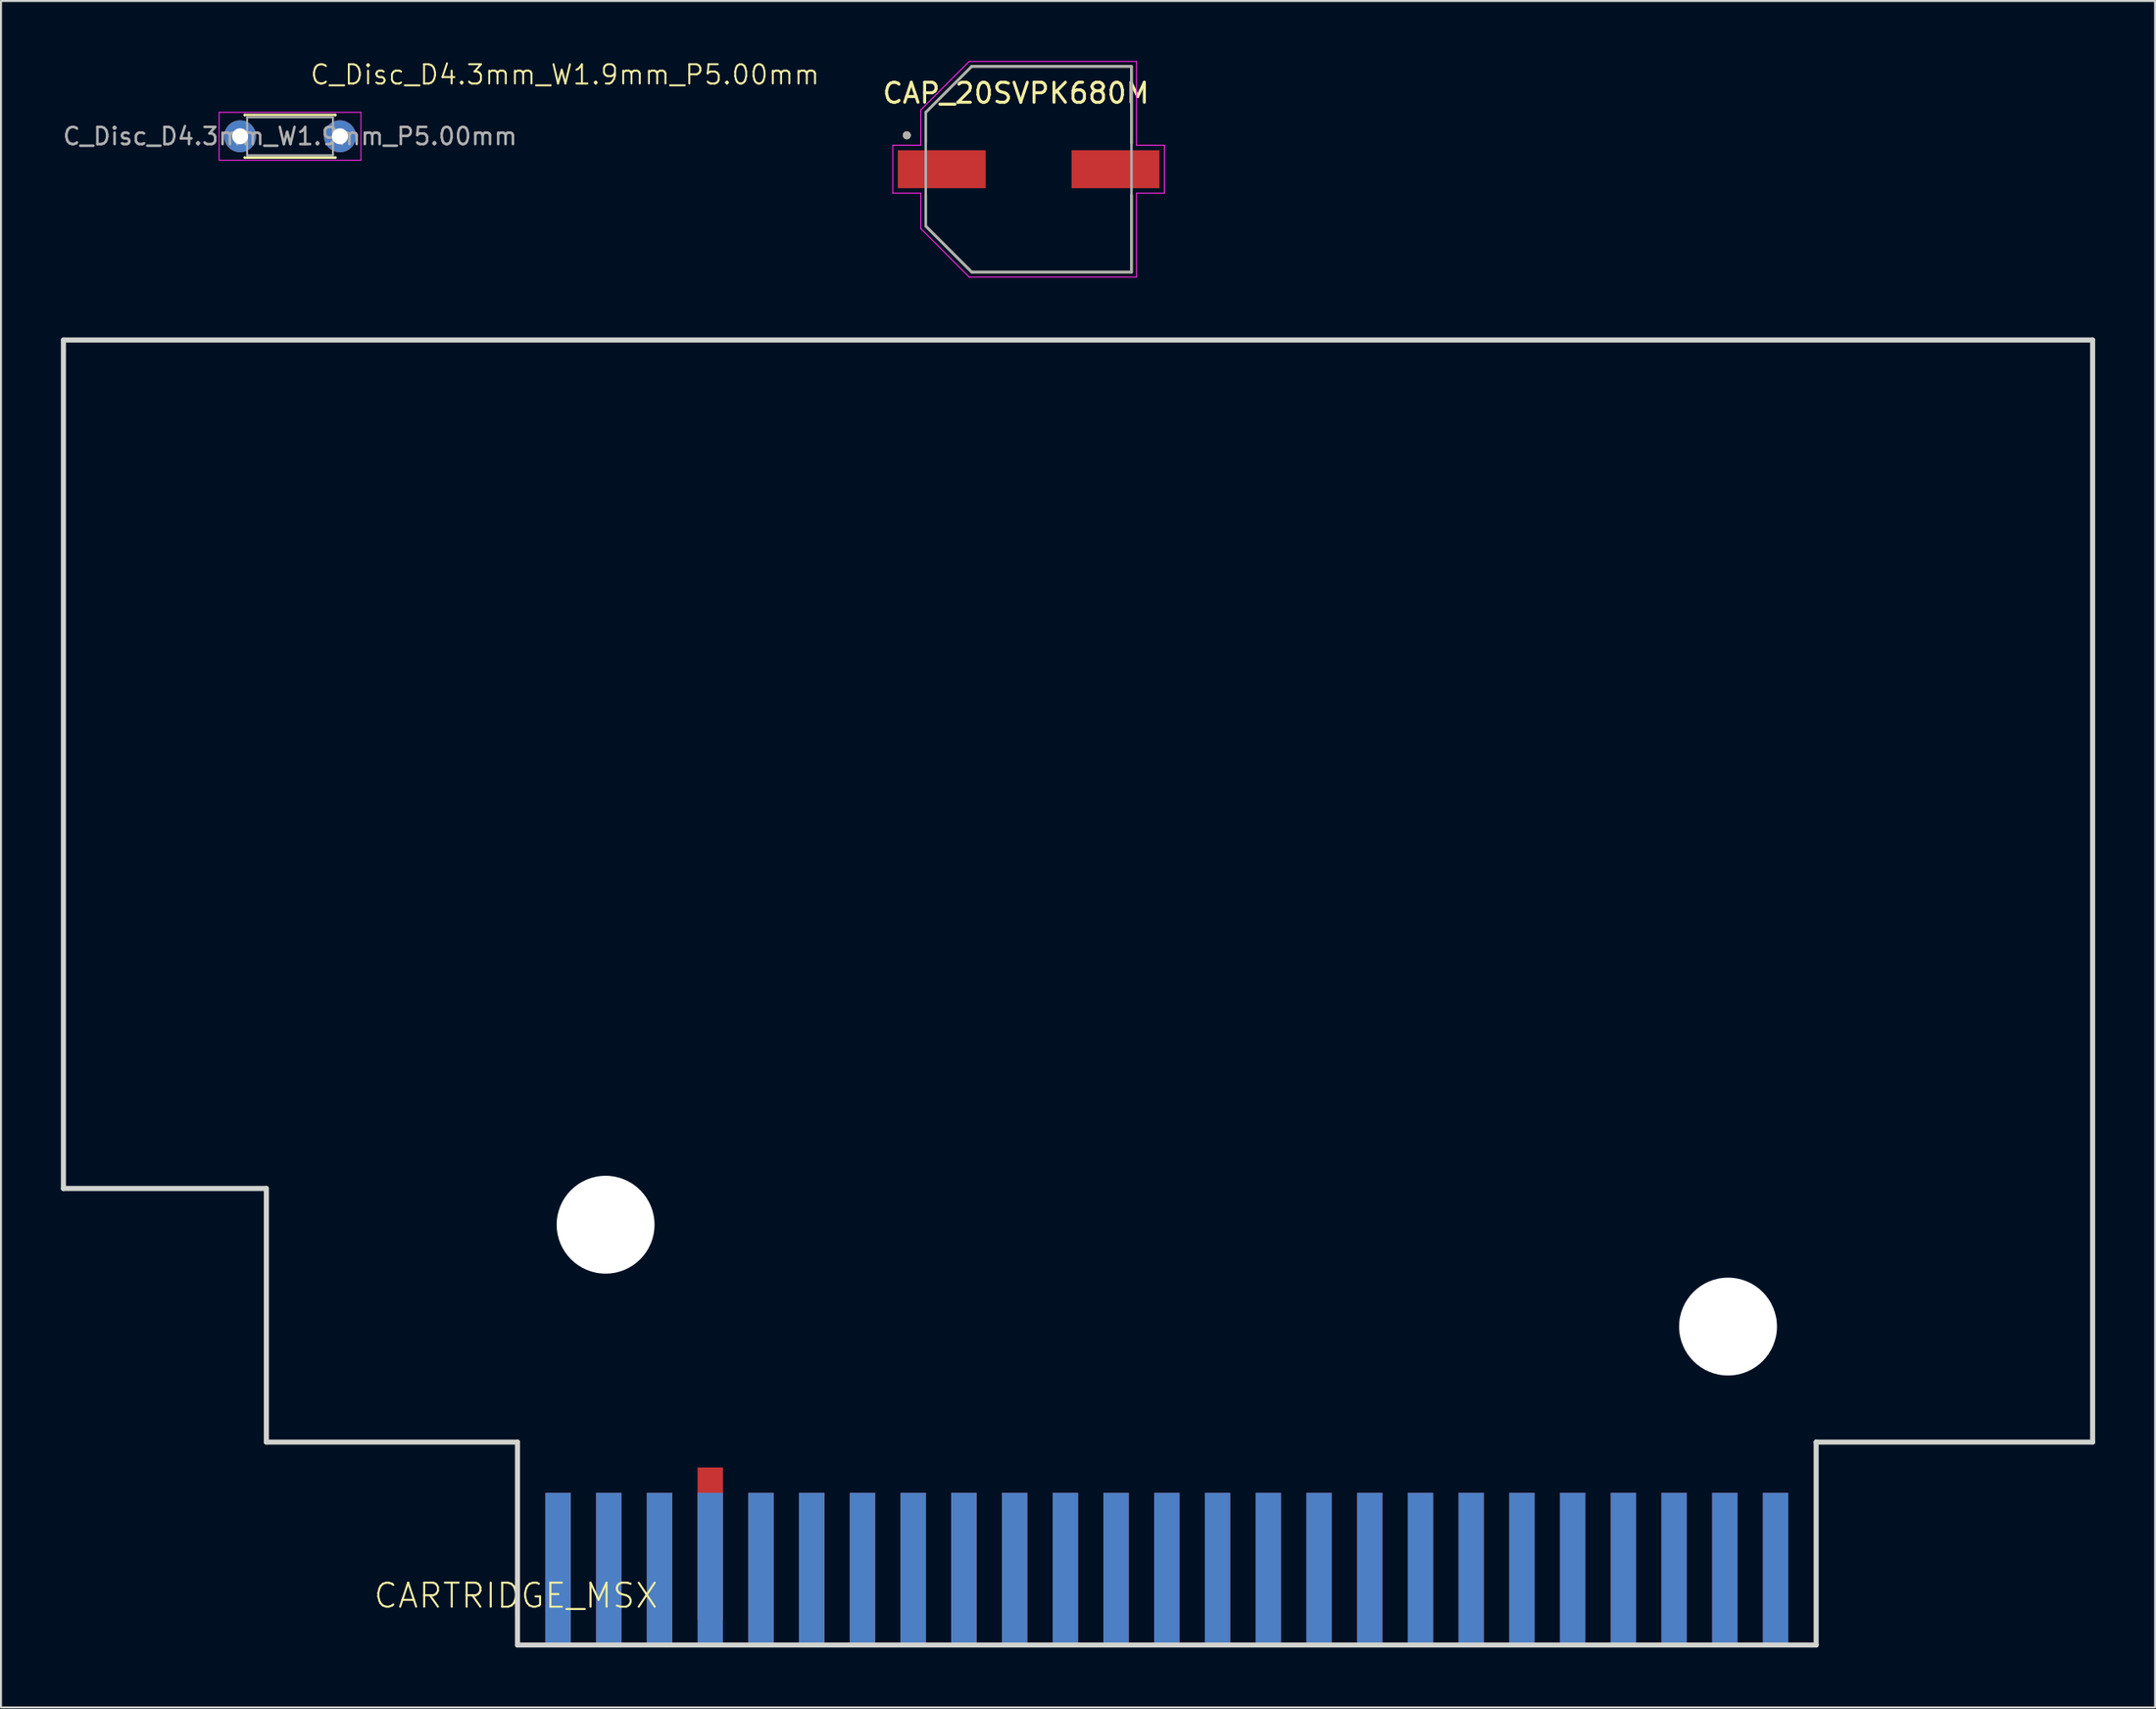
<source format=kicad_pcb>
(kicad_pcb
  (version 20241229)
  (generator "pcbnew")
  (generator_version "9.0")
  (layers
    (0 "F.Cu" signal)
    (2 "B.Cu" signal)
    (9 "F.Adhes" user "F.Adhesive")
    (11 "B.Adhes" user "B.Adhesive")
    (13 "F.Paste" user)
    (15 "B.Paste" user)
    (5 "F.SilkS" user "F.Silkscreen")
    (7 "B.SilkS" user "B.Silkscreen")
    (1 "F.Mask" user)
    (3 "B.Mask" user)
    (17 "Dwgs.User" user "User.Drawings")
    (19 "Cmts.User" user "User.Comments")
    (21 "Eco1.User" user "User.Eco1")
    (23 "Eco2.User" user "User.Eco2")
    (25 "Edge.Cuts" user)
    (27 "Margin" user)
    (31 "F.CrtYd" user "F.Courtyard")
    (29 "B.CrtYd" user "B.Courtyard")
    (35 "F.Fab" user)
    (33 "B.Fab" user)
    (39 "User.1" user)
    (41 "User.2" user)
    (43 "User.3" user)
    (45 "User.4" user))
  (footprint "C_Disc_D4.3mm_W1.9mm_P5.00mm"
    (layer "F.Cu")
    (at 8.972 3.774)
    (property "Reference" "C_Disc_D4.3mm_W1.9mm_P5.00mm" (at 3.449 -2.52 180) (layer "F.SilkS") (effects (font (size 0.965 0.965) (thickness 0.097)) (justify left bottom)))
    (attr through_hole)
    (fp_line (start 0.23 -1.07) (end 0.23 -1.055) (stroke (width 0.12) (type solid)) (layer "F.SilkS"))
    (fp_line (start 0.23 -1.07) (end 4.77 -1.07) (stroke (width 0.12) (type solid)) (layer "F.SilkS"))
    (fp_line (start 0.23 1.055) (end 0.23 1.07) (stroke (width 0.12) (type solid)) (layer "F.SilkS"))
    (fp_line (start 0.23 1.07) (end 4.77 1.07) (stroke (width 0.12) (type solid)) (layer "F.SilkS"))
    (fp_line (start 4.77 -1.07) (end 4.77 -1.055) (stroke (width 0.12) (type solid)) (layer "F.SilkS"))
    (fp_line (start 4.77 1.055) (end 4.77 1.07) (stroke (width 0.12) (type solid)) (layer "F.SilkS"))
    (fp_line (start -1.05 -1.2) (end -1.05 1.2) (stroke (width 0.05) (type solid)) (layer "F.CrtYd"))
    (fp_line (start -1.05 1.2) (end 6.05 1.2) (stroke (width 0.05) (type solid)) (layer "F.CrtYd"))
    (fp_line (start 6.05 -1.2) (end -1.05 -1.2) (stroke (width 0.05) (type solid)) (layer "F.CrtYd"))
    (fp_line (start 6.05 1.2) (end 6.05 -1.2) (stroke (width 0.05) (type solid)) (layer "F.CrtYd"))
    (fp_line (start 0.35 -0.95) (end 0.35 0.95) (stroke (width 0.1) (type solid)) (layer "F.Fab"))
    (fp_line (start 0.35 0.95) (end 4.65 0.95) (stroke (width 0.1) (type solid)) (layer "F.Fab"))
    (fp_line (start 4.65 -0.95) (end 0.35 -0.95) (stroke (width 0.1) (type solid)) (layer "F.Fab"))
    (fp_line (start 4.65 0.95) (end 4.65 -0.95) (stroke (width 0.1) (type solid)) (layer "F.Fab"))
    (fp_text user "${REFERENCE}" (at 2.5 0 180) (layer "F.Fab") (effects (font (size 0.86 0.86) (thickness 0.129))))
    (pad "1" thru_hole circle (at 0 0) (size 1.6 1.6) (drill 0.8) (layers "*.Cu" "*.Mask"))
    (pad "2" thru_hole circle (at 5 0) (size 1.6 1.6) (drill 0.8) (layers "*.Cu" "*.Mask")))
  (footprint "CAP_20SVPK680M"
    (layer "F.Cu")
    (at 48.453 5.425)
    (property "Reference" "CAP_20SVPK680M" (at -0.635 -3.81 0) (layer "F.SilkS") (effects (font (size 1 1) (thickness 0.15))))
    (attr smd)
    (fp_line (start -5.15 -2.85) (end -2.85 -5.15) (stroke (width 0.127) (type solid)) (layer "F.SilkS"))
    (fp_line (start -5.15 -1.3) (end -5.15 -2.85) (stroke (width 0.127) (type solid)) (layer "F.SilkS"))
    (fp_line (start -5.15 2.85) (end -5.15 1.3) (stroke (width 0.127) (type solid)) (layer "F.SilkS"))
    (fp_line (start -2.85 -5.15) (end 5.15 -5.15) (stroke (width 0.127) (type solid)) (layer "F.SilkS"))
    (fp_line (start -2.85 5.15) (end -5.15 2.85) (stroke (width 0.127) (type solid)) (layer "F.SilkS"))
    (fp_line (start 5.15 -5.15) (end 5.15 -1.3) (stroke (width 0.127) (type solid)) (layer "F.SilkS"))
    (fp_line (start 5.15 1.3) (end 5.15 5.15) (stroke (width 0.127) (type solid)) (layer "F.SilkS"))
    (fp_line (start 5.15 5.15) (end -2.85 5.15) (stroke (width 0.127) (type solid)) (layer "F.SilkS"))
    (fp_circle (center -6.1 -1.7) (end -6 -1.7) (stroke (width 0.2) (type solid)) (fill no) (layer "F.SilkS"))
    (fp_line (start -6.8 -1.2) (end -5.4 -1.2) (stroke (width 0.05) (type solid)) (layer "F.CrtYd"))
    (fp_line (start -6.8 1.2) (end -6.8 -1.2) (stroke (width 0.05) (type solid)) (layer "F.CrtYd"))
    (fp_line (start -5.4 -2.975) (end -2.975 -5.4) (stroke (width 0.05) (type solid)) (layer "F.CrtYd"))
    (fp_line (start -5.4 -1.2) (end -5.4 -2.975) (stroke (width 0.05) (type solid)) (layer "F.CrtYd"))
    (fp_line (start -5.4 1.2) (end -6.8 1.2) (stroke (width 0.05) (type solid)) (layer "F.CrtYd"))
    (fp_line (start -5.4 2.975) (end -5.4 1.2) (stroke (width 0.05) (type solid)) (layer "F.CrtYd"))
    (fp_line (start -2.975 -5.4) (end 5.4 -5.4) (stroke (width 0.05) (type solid)) (layer "F.CrtYd"))
    (fp_line (start -2.975 5.4) (end -5.4 2.975) (stroke (width 0.05) (type solid)) (layer "F.CrtYd"))
    (fp_line (start 5.4 -5.4) (end 5.4 -1.2) (stroke (width 0.05) (type solid)) (layer "F.CrtYd"))
    (fp_line (start 5.4 -1.2) (end 6.8 -1.2) (stroke (width 0.05) (type solid)) (layer "F.CrtYd"))
    (fp_line (start 5.4 1.2) (end 5.4 5.4) (stroke (width 0.05) (type solid)) (layer "F.CrtYd"))
    (fp_line (start 5.4 5.4) (end -2.975 5.4) (stroke (width 0.05) (type solid)) (layer "F.CrtYd"))
    (fp_line (start 6.8 -1.2) (end 6.8 1.2) (stroke (width 0.05) (type solid)) (layer "F.CrtYd"))
    (fp_line (start 6.8 1.2) (end 5.4 1.2) (stroke (width 0.05) (type solid)) (layer "F.CrtYd"))
    (fp_line (start -5.15 -2.85) (end -2.85 -5.15) (stroke (width 0.127) (type solid)) (layer "F.Fab"))
    (fp_line (start -5.15 2.85) (end -5.15 -2.85) (stroke (width 0.127) (type solid)) (layer "F.Fab"))
    (fp_line (start -2.85 -5.15) (end 5.15 -5.15) (stroke (width 0.127) (type solid)) (layer "F.Fab"))
    (fp_line (start -2.85 5.15) (end -5.15 2.85) (stroke (width 0.127) (type solid)) (layer "F.Fab"))
    (fp_line (start 5.15 -5.15) (end 5.15 5.15) (stroke (width 0.127) (type solid)) (layer "F.Fab"))
    (fp_line (start 5.15 5.15) (end -2.85 5.15) (stroke (width 0.127) (type solid)) (layer "F.Fab"))
    (fp_circle (center -6.1 -1.7) (end -6 -1.7) (stroke (width 0.2) (type solid)) (fill no) (layer "F.Fab"))
    (pad "1" smd rect (at -4.35 0) (size 4.4 1.9) (layers "F.Cu" "F.Mask" "F.Paste"))
    (pad "2" smd rect (at 4.35 0) (size 4.4 1.9) (layers "F.Cu" "F.Mask" "F.Paste")))
  (footprint "CARTRIDGE_MSX"
    (layer "F.Cu")
    (at 55.372 74.877)
    (property "Reference" "CARTRIDGE_MSX" (at -25.4 1.27 0) (layer "F.SilkS") (effects (font (size 1.206 1.206) (thickness 0.102)) (justify right top)))
    (attr smd)
    (fp_line (start -55.245 -18.415) (end -55.245 -60.9) (stroke (width 0.254) (type solid)) (layer "Edge.Cuts"))
    (fp_line (start -55.24 -60.9) (end 46.35 -60.9) (stroke (width 0.254) (type solid)) (layer "Edge.Cuts"))
    (fp_line (start -45.085 -18.415) (end -55.245 -18.415) (stroke (width 0.254) (type solid)) (layer "Edge.Cuts"))
    (fp_line (start -45.085 -5.715) (end -45.085 -18.415) (stroke (width 0.254) (type solid)) (layer "Edge.Cuts"))
    (fp_line (start -32.512 -5.715) (end -45.085 -5.715) (stroke (width 0.254) (type solid)) (layer "Edge.Cuts"))
    (fp_line (start -32.512 4.445) (end -32.512 -5.715) (stroke (width 0.254) (type solid)) (layer "Edge.Cuts"))
    (fp_line (start 32.512 -5.715) (end 32.512 4.445) (stroke (width 0.254) (type solid)) (layer "Edge.Cuts"))
    (fp_line (start 32.512 4.445) (end -32.512 4.445) (stroke (width 0.254) (type solid)) (layer "Edge.Cuts"))
    (fp_line (start 46.355 -60.9) (end 46.355 -5.715) (stroke (width 0.254) (type solid)) (layer "Edge.Cuts"))
    (fp_line (start 46.355 -5.715) (end 32.512 -5.715) (stroke (width 0.254) (type solid)) (layer "Edge.Cuts"))
    (pad "" np_thru_hole circle (at -28.1 -16.6) (size 4.9 4.9) (drill 4.9) (layers "*.Cu" "*.Mask"))
    (pad "" np_thru_hole circle (at 28.1 -11.5) (size 4.9 4.9) (drill 4.9) (layers "*.Cu" "*.Mask"))
    (pad "1" smd rect (at 30.48 0.635) (size 1.27 7.62) (layers "B.Cu" "B.Mask" "B.Paste"))
    (pad "2" smd rect (at 30.48 0.635) (size 1.27 7.62) (layers "F.Cu" "F.Mask" "F.Paste"))
    (pad "3" smd rect (at 27.94 0.635) (size 1.27 7.62) (layers "B.Cu" "B.Mask" "B.Paste"))
    (pad "4" smd rect (at 27.94 0.635) (size 1.27 7.62) (layers "F.Cu" "F.Mask" "F.Paste"))
    (pad "5" smd rect (at 25.4 0.635) (size 1.27 7.62) (layers "B.Cu" "B.Mask" "B.Paste"))
    (pad "6" smd rect (at 25.4 0.635) (size 1.27 7.62) (layers "F.Cu" "F.Mask" "F.Paste"))
    (pad "7" smd rect (at 22.86 0.635) (size 1.27 7.62) (layers "B.Cu" "B.Mask" "B.Paste"))
    (pad "8" smd rect (at 22.86 0.635) (size 1.27 7.62) (layers "F.Cu" "F.Mask" "F.Paste"))
    (pad "9" smd rect (at 20.32 0.635) (size 1.27 7.62) (layers "B.Cu" "B.Mask" "B.Paste"))
    (pad "10" smd rect (at 20.32 0.635) (size 1.27 7.62) (layers "F.Cu" "F.Mask" "F.Paste"))
    (pad "11" smd rect (at 17.78 0.635) (size 1.27 7.62) (layers "B.Cu" "B.Mask" "B.Paste"))
    (pad "12" smd rect (at 17.78 0.635) (size 1.27 7.62) (layers "F.Cu" "F.Mask" "F.Paste"))
    (pad "13" smd rect (at 15.24 0.635) (size 1.27 7.62) (layers "B.Cu" "B.Mask" "B.Paste"))
    (pad "14" smd rect (at 15.24 0.635) (size 1.27 7.62) (layers "F.Cu" "F.Mask" "F.Paste"))
    (pad "15" smd rect (at 12.7 0.635) (size 1.27 7.62) (layers "B.Cu" "B.Mask" "B.Paste"))
    (pad "16" smd rect (at 12.7 0.635) (size 1.27 7.62) (layers "F.Cu" "F.Mask" "F.Paste"))
    (pad "17" smd rect (at 10.16 0.635) (size 1.27 7.62) (layers "B.Cu" "B.Mask" "B.Paste"))
    (pad "18" smd rect (at 10.16 0.635) (size 1.27 7.62) (layers "F.Cu" "F.Mask" "F.Paste"))
    (pad "19" smd rect (at 7.62 0.635) (size 1.27 7.62) (layers "B.Cu" "B.Mask" "B.Paste"))
    (pad "20" smd rect (at 7.62 0.635) (size 1.27 7.62) (layers "F.Cu" "F.Mask" "F.Paste"))
    (pad "21" smd rect (at 5.08 0.635) (size 1.27 7.62) (layers "B.Cu" "B.Mask" "B.Paste"))
    (pad "22" smd rect (at 5.08 0.635) (size 1.27 7.62) (layers "F.Cu" "F.Mask" "F.Paste"))
    (pad "23" smd rect (at 2.54 0.635) (size 1.27 7.62) (layers "B.Cu" "B.Mask" "B.Paste"))
    (pad "24" smd rect (at 2.54 0.635) (size 1.27 7.62) (layers "F.Cu" "F.Mask" "F.Paste"))
    (pad "25" smd rect (at 0 0.635) (size 1.27 7.62) (layers "B.Cu" "B.Mask" "B.Paste"))
    (pad "26" smd rect (at 0 0.635) (size 1.27 7.62) (layers "F.Cu" "F.Mask" "F.Paste"))
    (pad "27" smd rect (at -2.54 0.635) (size 1.27 7.62) (layers "B.Cu" "B.Mask" "B.Paste"))
    (pad "28" smd rect (at -2.54 0.635) (size 1.27 7.62) (layers "F.Cu" "F.Mask" "F.Paste"))
    (pad "29" smd rect (at -5.08 0.635) (size 1.27 7.62) (layers "B.Cu" "B.Mask" "B.Paste"))
    (pad "30" smd rect (at -5.08 0.635) (size 1.27 7.62) (layers "F.Cu" "F.Mask" "F.Paste"))
    (pad "31" smd rect (at -7.62 0.635) (size 1.27 7.62) (layers "B.Cu" "B.Mask" "B.Paste"))
    (pad "32" smd rect (at -7.62 0.635) (size 1.27 7.62) (layers "F.Cu" "F.Mask" "F.Paste"))
    (pad "33" smd rect (at -10.16 0.635) (size 1.27 7.62) (layers "B.Cu" "B.Mask" "B.Paste"))
    (pad "34" smd rect (at -10.16 0.635) (size 1.27 7.62) (layers "F.Cu" "F.Mask" "F.Paste"))
    (pad "35" smd rect (at -12.7 0.635) (size 1.27 7.62) (layers "B.Cu" "B.Mask" "B.Paste"))
    (pad "36" smd rect (at -12.7 0.635) (size 1.27 7.62) (layers "F.Cu" "F.Mask" "F.Paste"))
    (pad "37" smd rect (at -15.24 0.635) (size 1.27 7.62) (layers "B.Cu" "B.Mask" "B.Paste"))
    (pad "38" smd rect (at -15.24 0.635) (size 1.27 7.62) (layers "F.Cu" "F.Mask" "F.Paste"))
    (pad "39" smd rect (at -17.78 0.635) (size 1.27 7.62) (layers "B.Cu" "B.Mask" "B.Paste"))
    (pad "40" smd rect (at -17.78 0.635) (size 1.27 7.62) (layers "F.Cu" "F.Mask" "F.Paste"))
    (pad "41" smd rect (at -20.32 0.635) (size 1.27 7.62) (layers "B.Cu" "B.Mask" "B.Paste"))
    (pad "42" smd rect (at -20.32 0.635) (size 1.27 7.62) (layers "F.Cu" "F.Mask" "F.Paste"))
    (pad "43" smd rect (at -22.86 0.635) (size 1.27 7.62) (layers "B.Cu" "B.Mask" "B.Paste"))
    (pad "44" smd rect (at -22.86 -0.635) (size 1.27 7.62) (layers "F.Cu" "F.Mask" "F.Paste"))
    (pad "45" smd rect (at -25.4 0.635) (size 1.27 7.62) (layers "B.Cu" "B.Mask" "B.Paste"))
    (pad "46" smd rect (at -25.4 0.635) (size 1.27 7.62) (layers "F.Cu" "F.Mask" "F.Paste"))
    (pad "47" smd rect (at -27.94 0.635) (size 1.27 7.62) (layers "B.Cu" "B.Mask" "B.Paste"))
    (pad "48" smd rect (at -27.94 0.635) (size 1.27 7.62) (layers "F.Cu" "F.Mask" "F.Paste"))
    (pad "49" smd rect (at -30.48 0.635) (size 1.27 7.62) (layers "B.Cu" "B.Mask" "B.Paste"))
    (pad "50" smd rect (at -30.48 0.635) (size 1.27 7.62) (layers "F.Cu" "F.Mask" "F.Paste")))
  (gr_rect
    (start -3 -3)
    (end 104.854 82.449)
    (stroke (width 0.1) (type default))
    (fill no)
    (layer "Edge.Cuts")))
</source>
